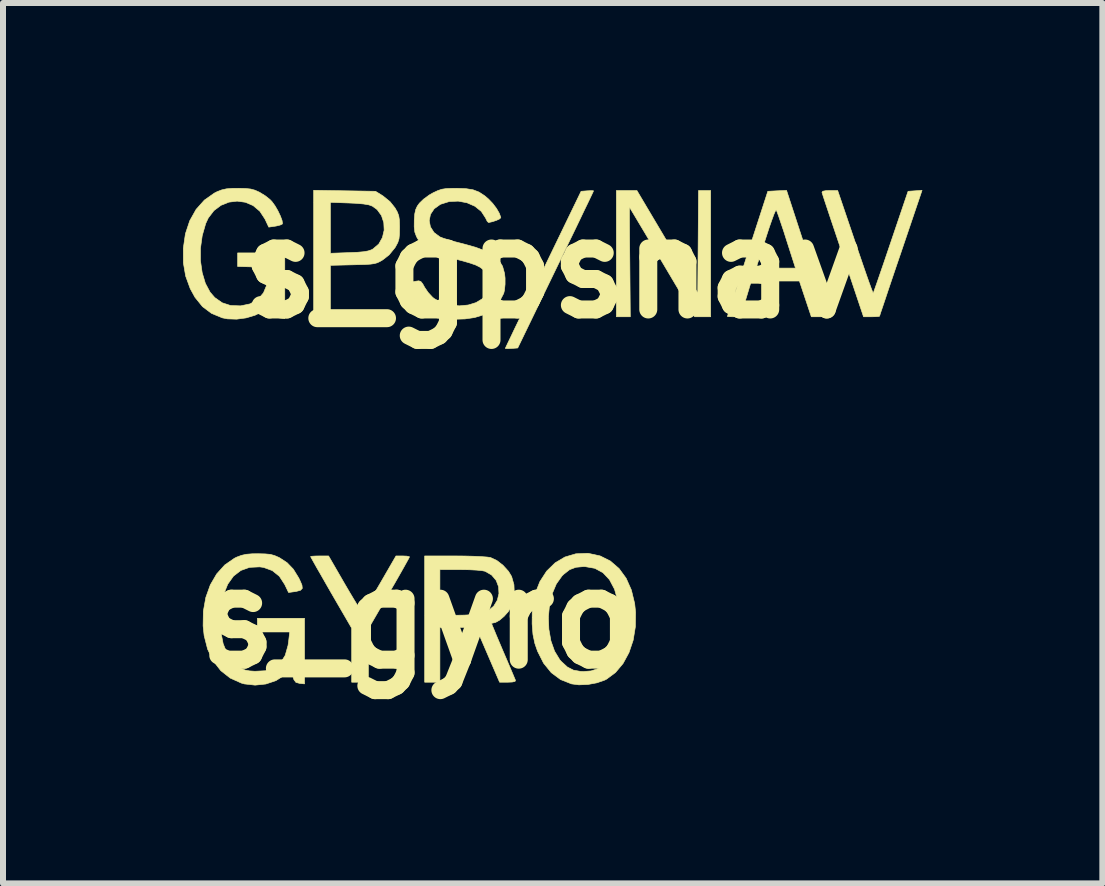
<source format=kicad_pcb>
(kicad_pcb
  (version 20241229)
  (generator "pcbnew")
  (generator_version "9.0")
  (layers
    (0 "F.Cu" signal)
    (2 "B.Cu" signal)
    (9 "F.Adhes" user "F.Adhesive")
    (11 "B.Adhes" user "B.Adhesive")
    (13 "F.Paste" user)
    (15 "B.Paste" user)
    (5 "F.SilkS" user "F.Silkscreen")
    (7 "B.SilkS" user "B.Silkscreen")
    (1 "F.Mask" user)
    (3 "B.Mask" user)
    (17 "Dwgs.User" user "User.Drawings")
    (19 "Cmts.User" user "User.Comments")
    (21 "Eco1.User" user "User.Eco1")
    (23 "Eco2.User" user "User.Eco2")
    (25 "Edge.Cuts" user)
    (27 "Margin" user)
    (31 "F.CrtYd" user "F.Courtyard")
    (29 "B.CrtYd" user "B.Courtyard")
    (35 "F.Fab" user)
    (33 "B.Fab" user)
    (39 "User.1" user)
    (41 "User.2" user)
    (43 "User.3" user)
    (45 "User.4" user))
  (footprint "s_gpsnav"
    (layer "F.Cu")
    (at 6.157 1.418)
    (property "Reference" "s_gpsnav" (at 0 0 0) (layer "F.SilkS") (effects (font (size 1.524 1.524) (thickness 0.3))))
    (attr through_hole)
    (fp_poly (pts (xy 2.636 0.811) (xy 2.369 0.811) (xy 1.828 -0.101) (xy 1.712 -0.296) (xy 1.605 -0.477) (xy 1.509 -0.638) (xy 1.426 -0.777) (xy 1.36 -0.888) (xy 1.313 -0.966) (xy 1.287 -1.008) (xy 1.283 -1.014) (xy 1.283 -0.99) (xy 1.283 -0.92) (xy 1.283 -0.811) (xy 1.284 -0.669) (xy 1.285 -0.498) (xy 1.287 -0.305) (xy 1.289 -0.101) (xy 1.297 0.811) (xy 1.065 0.811) (xy 1.065 -1.293) (xy 1.236 -1.293) (xy 1.407 -1.293) (xy 2.421 0.416) (xy 2.428 -0.438) (xy 2.434 -1.293) (xy 2.636 -1.293) (xy 2.636 0.811)) (stroke (width 0.01) (type solid)) (fill yes) (layer "F.SilkS"))
    (fp_poly (pts (xy 0.681 -1.289) (xy 0.684 -1.287) (xy 0.674 -1.263) (xy 0.643 -1.198) (xy 0.594 -1.095) (xy 0.528 -0.959) (xy 0.449 -0.793) (xy 0.357 -0.602) (xy 0.254 -0.39) (xy 0.144 -0.161) (xy 0.053 0.026) (xy -0.579 1.331) (xy -0.682 1.339) (xy -0.747 1.342) (xy -0.783 1.339) (xy -0.786 1.338) (xy -0.775 1.314) (xy -0.744 1.248) (xy -0.695 1.146) (xy -0.63 1.009) (xy -0.55 0.844) (xy -0.458 0.653) (xy -0.356 0.441) (xy -0.245 0.212) (xy -0.154 0.024) (xy 0.477 -1.28) (xy 0.581 -1.288) (xy 0.645 -1.291) (xy 0.681 -1.289)) (stroke (width 0.01) (type solid)) (fill yes) (layer "F.SilkS"))
    (fp_poly (pts (xy 5.805 -0.251) (xy 5.73 -0.032) (xy 5.661 0.172) (xy 5.599 0.356) (xy 5.546 0.515) (xy 5.503 0.643) (xy 5.471 0.737) (xy 5.454 0.791) (xy 5.45 0.802) (xy 5.427 0.807) (xy 5.368 0.81) (xy 5.317 0.811) (xy 5.184 0.811) (xy 4.842 -0.209) (xy 4.769 -0.427) (xy 4.701 -0.63) (xy 4.639 -0.814) (xy 4.586 -0.973) (xy 4.543 -1.102) (xy 4.512 -1.196) (xy 4.495 -1.25) (xy 4.491 -1.261) (xy 4.504 -1.281) (xy 4.558 -1.291) (xy 4.618 -1.293) (xy 4.753 -1.293) (xy 5.045 -0.433) (xy 5.112 -0.236) (xy 5.174 -0.055) (xy 5.229 0.104) (xy 5.276 0.237) (xy 5.312 0.336) (xy 5.336 0.398) (xy 5.345 0.418) (xy 5.355 0.392) (xy 5.379 0.325) (xy 5.416 0.22) (xy 5.463 0.083) (xy 5.519 -0.079) (xy 5.581 -0.262) (xy 5.64 -0.436) (xy 5.926 -1.28) (xy 6.042 -1.288) (xy 6.159 -1.296) (xy 5.805 -0.251)) (stroke (width 0.01) (type solid)) (fill yes) (layer "F.SilkS"))
    (fp_poly (pts (xy -2.949 -1.28) (xy -2.825 -1.203) (xy -2.706 -1.106) (xy -2.624 -1.003) (xy -2.585 -0.934) (xy -2.562 -0.873) (xy -2.551 -0.802) (xy -2.548 -0.703) (xy -2.548 -0.672) (xy -2.55 -0.563) (xy -2.558 -0.487) (xy -2.578 -0.425) (xy -2.613 -0.36) (xy -2.624 -0.341) (xy -2.722 -0.221) (xy -2.825 -0.14) (xy -2.875 -0.11) (xy -2.919 -0.089) (xy -2.969 -0.075) (xy -3.033 -0.066) (xy -3.123 -0.06) (xy -3.248 -0.057) (xy -3.325 -0.055) (xy -3.701 -0.046) (xy -3.701 0.811) (xy -3.98 0.811) (xy -3.98 -0.247) (xy -3.701 -0.247) (xy -3.389 -0.258) (xy -3.247 -0.264) (xy -3.146 -0.273) (xy -3.073 -0.286) (xy -3.019 -0.304) (xy -2.991 -0.319) (xy -2.895 -0.401) (xy -2.834 -0.509) (xy -2.805 -0.632) (xy -2.811 -0.758) (xy -2.85 -0.876) (xy -2.922 -0.975) (xy -3 -1.032) (xy -3.06 -1.054) (xy -3.15 -1.069) (xy -3.279 -1.08) (xy -3.39 -1.085) (xy -3.701 -1.096) (xy -3.701 -0.247) (xy -3.98 -0.247) (xy -3.98 -1.297) (xy -2.949 -1.28)) (stroke (width 0.01) (type solid)) (fill yes) (layer "F.SilkS"))
    (fp_poly (pts (xy 4.233 -0.278) (xy 4.305 -0.06) (xy 4.371 0.144) (xy 4.432 0.328) (xy 4.484 0.487) (xy 4.527 0.617) (xy 4.558 0.711) (xy 4.576 0.765) (xy 4.58 0.776) (xy 4.577 0.797) (xy 4.542 0.808) (xy 4.467 0.811) (xy 4.454 0.811) (xy 4.314 0.811) (xy 4.115 0.215) (xy 3.314 0.215) (xy 3.224 0.513) (xy 3.134 0.811) (xy 3.025 0.811) (xy 2.958 0.81) (xy 2.919 0.807) (xy 2.915 0.805) (xy 2.923 0.78) (xy 2.945 0.712) (xy 2.979 0.606) (xy 3.024 0.466) (xy 3.078 0.298) (xy 3.14 0.107) (xy 3.185 -0.032) (xy 3.403 -0.032) (xy 3.41 -0.018) (xy 3.446 -0.009) (xy 3.517 -0.003) (xy 3.63 -0.000407) (xy 3.721 0) (xy 4.05 0) (xy 3.898 -0.475) (xy 3.851 -0.623) (xy 3.807 -0.753) (xy 3.771 -0.86) (xy 3.744 -0.934) (xy 3.729 -0.969) (xy 3.728 -0.97) (xy 3.716 -0.953) (xy 3.69 -0.895) (xy 3.656 -0.802) (xy 3.614 -0.682) (xy 3.568 -0.542) (xy 3.563 -0.526) (xy 3.516 -0.38) (xy 3.474 -0.25) (xy 3.44 -0.143) (xy 3.415 -0.068) (xy 3.404 -0.032) (xy 3.403 -0.032) (xy 3.185 -0.032) (xy 3.208 -0.103) (xy 3.252 -0.241) (xy 3.589 -1.28) (xy 3.745 -1.288) (xy 3.901 -1.295) (xy 4.233 -0.278)) (stroke (width 0.01) (type solid)) (fill yes) (layer "F.SilkS"))
    (fp_poly (pts (xy -5.116 -1.327) (xy -5.03 -1.318) (xy -4.96 -1.299) (xy -4.89 -1.268) (xy -4.877 -1.261) (xy -4.789 -1.207) (xy -4.709 -1.144) (xy -4.676 -1.11) (xy -4.625 -1.04) (xy -4.576 -0.956) (xy -4.535 -0.87) (xy -4.507 -0.796) (xy -4.499 -0.746) (xy -4.503 -0.734) (xy -4.54 -0.717) (xy -4.606 -0.701) (xy -4.626 -0.698) (xy -4.728 -0.683) (xy -4.791 -0.817) (xy -4.877 -0.948) (xy -4.989 -1.042) (xy -5.117 -1.097) (xy -5.255 -1.116) (xy -5.393 -1.099) (xy -5.525 -1.046) (xy -5.642 -0.958) (xy -5.736 -0.835) (xy -5.779 -0.743) (xy -5.837 -0.541) (xy -5.866 -0.331) (xy -5.866 -0.122) (xy -5.838 0.075) (xy -5.785 0.253) (xy -5.706 0.401) (xy -5.628 0.491) (xy -5.504 0.578) (xy -5.366 0.623) (xy -5.204 0.629) (xy -5.196 0.629) (xy -5.039 0.596) (xy -4.911 0.523) (xy -4.816 0.412) (xy -4.756 0.268) (xy -4.735 0.127) (xy -4.728 -0.013) (xy -4.987 -0.02) (xy -5.247 -0.027) (xy -5.247 -0.253) (xy -4.461 -0.253) (xy -4.461 0.84) (xy -4.543 0.832) (xy -4.594 0.822) (xy -4.625 0.796) (xy -4.648 0.739) (xy -4.659 0.702) (xy -4.693 0.581) (xy -4.743 0.644) (xy -4.833 0.723) (xy -4.958 0.786) (xy -5.106 0.83) (xy -5.263 0.851) (xy -5.415 0.846) (xy -5.502 0.829) (xy -5.681 0.755) (xy -5.832 0.642) (xy -5.958 0.486) (xy -6.037 0.342) (xy -6.113 0.133) (xy -6.151 -0.088) (xy -6.152 -0.33) (xy -6.117 -0.572) (xy -6.045 -0.789) (xy -5.939 -0.978) (xy -5.801 -1.133) (xy -5.635 -1.25) (xy -5.59 -1.273) (xy -5.513 -1.303) (xy -5.434 -1.321) (xy -5.336 -1.329) (xy -5.235 -1.33) (xy -5.116 -1.327)) (stroke (width 0.01) (type solid)) (fill yes) (layer "F.SilkS"))
    (fp_poly (pts (xy -1.442 -1.324) (xy -1.323 -1.305) (xy -1.224 -1.267) (xy -1.132 -1.207) (xy -1.066 -1.151) (xy -0.996 -1.078) (xy -0.932 -0.993) (xy -0.885 -0.911) (xy -0.862 -0.847) (xy -0.862 -0.839) (xy -0.883 -0.819) (xy -0.935 -0.795) (xy -0.999 -0.774) (xy -1.056 -0.761) (xy -1.068 -0.761) (xy -1.088 -0.781) (xy -1.113 -0.831) (xy -1.114 -0.834) (xy -1.186 -0.945) (xy -1.293 -1.031) (xy -1.425 -1.089) (xy -1.571 -1.116) (xy -1.721 -1.109) (xy -1.865 -1.064) (xy -1.869 -1.062) (xy -1.971 -0.989) (xy -2.033 -0.896) (xy -2.054 -0.792) (xy -2.034 -0.687) (xy -1.974 -0.593) (xy -1.876 -0.52) (xy -1.825 -0.5) (xy -1.736 -0.472) (xy -1.622 -0.439) (xy -1.497 -0.407) (xy -1.496 -0.407) (xy -1.281 -0.347) (xy -1.112 -0.283) (xy -0.984 -0.212) (xy -0.892 -0.129) (xy -0.832 -0.031) (xy -0.799 0.087) (xy -0.79 0.165) (xy -0.79 0.27) (xy -0.8 0.368) (xy -0.812 0.42) (xy -0.869 0.53) (xy -0.96 0.639) (xy -1.073 0.731) (xy -1.167 0.784) (xy -1.298 0.824) (xy -1.457 0.847) (xy -1.623 0.852) (xy -1.773 0.837) (xy -1.815 0.828) (xy -2.012 0.754) (xy -2.176 0.643) (xy -2.305 0.493) (xy -2.366 0.387) (xy -2.397 0.31) (xy -2.393 0.262) (xy -2.35 0.234) (xy -2.281 0.219) (xy -2.228 0.212) (xy -2.193 0.224) (xy -2.162 0.263) (xy -2.13 0.321) (xy -2.072 0.406) (xy -2 0.484) (xy -1.971 0.508) (xy -1.845 0.577) (xy -1.701 0.616) (xy -1.551 0.629) (xy -1.405 0.615) (xy -1.274 0.575) (xy -1.168 0.511) (xy -1.112 0.446) (xy -1.074 0.346) (xy -1.065 0.233) (xy -1.085 0.127) (xy -1.118 0.066) (xy -1.159 0.021) (xy -1.209 -0.016) (xy -1.276 -0.05) (xy -1.37 -0.083) (xy -1.498 -0.12) (xy -1.622 -0.152) (xy -1.806 -0.202) (xy -1.948 -0.249) (xy -2.056 -0.297) (xy -2.138 -0.353) (xy -2.201 -0.419) (xy -2.254 -0.502) (xy -2.268 -0.53) (xy -2.294 -0.6) (xy -2.304 -0.688) (xy -2.303 -0.8) (xy -2.295 -0.904) (xy -2.279 -0.976) (xy -2.252 -1.034) (xy -2.217 -1.082) (xy -2.148 -1.149) (xy -2.054 -1.218) (xy -1.989 -1.255) (xy -1.912 -1.291) (xy -1.845 -1.314) (xy -1.773 -1.325) (xy -1.678 -1.329) (xy -1.597 -1.33) (xy -1.442 -1.324)) (stroke (width 0.01) (type solid)) (fill yes) (layer "F.SilkS")))
  (footprint "s_gyro"
    (layer "F.Cu")
    (at 3.926 7.254)
    (property "Reference" "s_gyro" (at 0 0 0) (layer "F.SilkS") (effects (font (size 1.524 1.524) (thickness 0.3))))
    (attr through_hole)
    (fp_poly (pts (xy -1.229 -0.57) (xy -1.148 -0.432) (xy -1.075 -0.31) (xy -1.014 -0.21) (xy -0.969 -0.139) (xy -0.943 -0.104) (xy -0.939 -0.101) (xy -0.921 -0.122) (xy -0.882 -0.181) (xy -0.826 -0.271) (xy -0.757 -0.386) (xy -0.678 -0.519) (xy -0.648 -0.57) (xy -0.377 -1.039) (xy -0.264 -1.039) (xy -0.197 -1.036) (xy -0.157 -1.028) (xy -0.152 -1.024) (xy -0.164 -0.998) (xy -0.199 -0.935) (xy -0.252 -0.84) (xy -0.321 -0.718) (xy -0.402 -0.576) (xy -0.493 -0.42) (xy -0.494 -0.417) (xy -0.837 0.174) (xy -0.837 1.065) (xy -1.115 1.065) (xy -1.115 0.615) (xy -1.115 0.165) (xy -1.458 -0.426) (xy -1.548 -0.583) (xy -1.629 -0.725) (xy -1.699 -0.846) (xy -1.752 -0.941) (xy -1.787 -1.004) (xy -1.8 -1.028) (xy -1.8 -1.029) (xy -1.777 -1.034) (xy -1.717 -1.038) (xy -1.65 -1.039) (xy -1.5 -1.039) (xy -1.229 -0.57)) (stroke (width 0.01) (type solid)) (fill yes) (layer "F.SilkS"))
    (fp_poly (pts (xy 0.602 -1.039) (xy 0.763 -1.038) (xy 0.913 -1.034) (xy 1.042 -1.028) (xy 1.14 -1.021) (xy 1.198 -1.013) (xy 1.2 -1.012) (xy 1.303 -0.964) (xy 1.407 -0.883) (xy 1.498 -0.783) (xy 1.55 -0.697) (xy 1.589 -0.56) (xy 1.595 -0.405) (xy 1.568 -0.255) (xy 1.542 -0.187) (xy 1.493 -0.109) (xy 1.425 -0.033) (xy 1.35 0.031) (xy 1.282 0.069) (xy 1.251 0.076) (xy 1.22 0.083) (xy 1.217 0.088) (xy 1.226 0.114) (xy 1.253 0.179) (xy 1.293 0.276) (xy 1.344 0.397) (xy 1.403 0.536) (xy 1.409 0.55) (xy 1.47 0.692) (xy 1.524 0.819) (xy 1.568 0.923) (xy 1.599 0.997) (xy 1.614 1.032) (xy 1.615 1.033) (xy 1.607 1.052) (xy 1.561 1.062) (xy 1.489 1.065) (xy 1.35 1.065) (xy 1.153 0.608) (xy 0.957 0.152) (xy 0.355 0.152) (xy 0.355 1.065) (xy 0.101 1.065) (xy 0.101 -0.811) (xy 0.355 -0.811) (xy 0.355 -0.051) (xy 0.632 -0.051) (xy 0.762 -0.053) (xy 0.887 -0.06) (xy 0.99 -0.07) (xy 1.037 -0.078) (xy 1.16 -0.126) (xy 1.252 -0.203) (xy 1.312 -0.302) (xy 1.339 -0.412) (xy 1.333 -0.525) (xy 1.293 -0.631) (xy 1.217 -0.721) (xy 1.107 -0.784) (xy 1.056 -0.794) (xy 0.965 -0.803) (xy 0.848 -0.809) (xy 0.717 -0.811) (xy 0.695 -0.811) (xy 0.355 -0.811) (xy 0.101 -0.811) (xy 0.101 -1.039) (xy 0.602 -1.039)) (stroke (width 0.01) (type solid)) (fill yes) (layer "F.SilkS"))
    (fp_poly (pts (xy 2.83 -1.082) (xy 3.024 -1.04) (xy 3.195 -0.955) (xy 3.341 -0.829) (xy 3.459 -0.667) (xy 3.546 -0.471) (xy 3.601 -0.245) (xy 3.616 -0.101) (xy 3.613 0.138) (xy 3.576 0.365) (xy 3.506 0.572) (xy 3.407 0.754) (xy 3.282 0.903) (xy 3.134 1.013) (xy 3.104 1.029) (xy 2.973 1.075) (xy 2.822 1.103) (xy 2.671 1.109) (xy 2.548 1.093) (xy 2.366 1.021) (xy 2.211 0.906) (xy 2.083 0.748) (xy 1.982 0.548) (xy 1.937 0.418) (xy 1.906 0.269) (xy 1.892 0.092) (xy 1.893 -0.018) (xy 2.163 -0.018) (xy 2.171 0.183) (xy 2.205 0.376) (xy 2.266 0.548) (xy 2.353 0.691) (xy 2.378 0.719) (xy 2.479 0.812) (xy 2.58 0.864) (xy 2.699 0.885) (xy 2.75 0.887) (xy 2.875 0.877) (xy 2.975 0.844) (xy 3.004 0.829) (xy 3.086 0.763) (xy 3.169 0.662) (xy 3.241 0.542) (xy 3.293 0.419) (xy 3.297 0.406) (xy 3.32 0.289) (xy 3.335 0.142) (xy 3.341 -0.016) (xy 3.336 -0.166) (xy 3.322 -0.283) (xy 3.265 -0.485) (xy 3.181 -0.644) (xy 3.072 -0.76) (xy 2.937 -0.833) (xy 2.777 -0.861) (xy 2.75 -0.862) (xy 2.621 -0.85) (xy 2.517 -0.811) (xy 2.419 -0.734) (xy 2.39 -0.706) (xy 2.295 -0.572) (xy 2.225 -0.406) (xy 2.181 -0.218) (xy 2.163 -0.018) (xy 1.893 -0.018) (xy 1.893 -0.094) (xy 1.911 -0.271) (xy 1.938 -0.401) (xy 2.021 -0.611) (xy 2.134 -0.786) (xy 2.275 -0.924) (xy 2.438 -1.021) (xy 2.621 -1.075) (xy 2.819 -1.083) (xy 2.83 -1.082)) (stroke (width 0.01) (type solid)) (fill yes) (layer "F.SilkS"))
    (fp_poly (pts (xy -2.556 -1.073) (xy -2.47 -1.065) (xy -2.401 -1.046) (xy -2.33 -1.015) (xy -2.316 -1.008) (xy -2.191 -0.926) (xy -2.088 -0.819) (xy -1.999 -0.675) (xy -1.982 -0.641) (xy -1.944 -0.554) (xy -1.938 -0.499) (xy -1.968 -0.467) (xy -2.039 -0.448) (xy -2.066 -0.444) (xy -2.167 -0.43) (xy -2.231 -0.563) (xy -2.32 -0.7) (xy -2.438 -0.795) (xy -2.583 -0.848) (xy -2.649 -0.857) (xy -2.817 -0.849) (xy -2.963 -0.797) (xy -3.085 -0.703) (xy -3.181 -0.568) (xy -3.25 -0.395) (xy -3.291 -0.184) (xy -3.303 0.013) (xy -3.293 0.238) (xy -3.257 0.424) (xy -3.194 0.579) (xy -3.101 0.709) (xy -3.008 0.796) (xy -2.949 0.838) (xy -2.891 0.863) (xy -2.816 0.877) (xy -2.727 0.883) (xy -2.552 0.874) (xy -2.411 0.828) (xy -2.301 0.743) (xy -2.223 0.618) (xy -2.176 0.453) (xy -2.166 0.385) (xy -2.148 0.228) (xy -2.687 0.228) (xy -2.687 0) (xy -1.901 0) (xy -1.901 1.093) (xy -1.982 1.085) (xy -2.044 1.068) (xy -2.078 1.023) (xy -2.085 1.001) (xy -2.105 0.936) (xy -2.119 0.892) (xy -2.14 0.883) (xy -2.191 0.913) (xy -2.236 0.949) (xy -2.378 1.039) (xy -2.545 1.095) (xy -2.725 1.114) (xy -2.903 1.094) (xy -2.953 1.08) (xy -3.14 0.996) (xy -3.297 0.872) (xy -3.423 0.71) (xy -3.516 0.515) (xy -3.574 0.288) (xy -3.591 0.127) (xy -3.587 -0.118) (xy -3.546 -0.348) (xy -3.471 -0.557) (xy -3.365 -0.739) (xy -3.23 -0.889) (xy -3.07 -1) (xy -3.032 -1.019) (xy -2.952 -1.049) (xy -2.871 -1.067) (xy -2.771 -1.075) (xy -2.674 -1.076) (xy -2.556 -1.073)) (stroke (width 0.01) (type solid)) (fill yes) (layer "F.SilkS")))
  (gr_rect
    (start -3 -3)
    (end 15.321 11.672)
    (stroke (width 0.1) (type default))
    (fill no)
    (layer "Edge.Cuts")))
</source>
